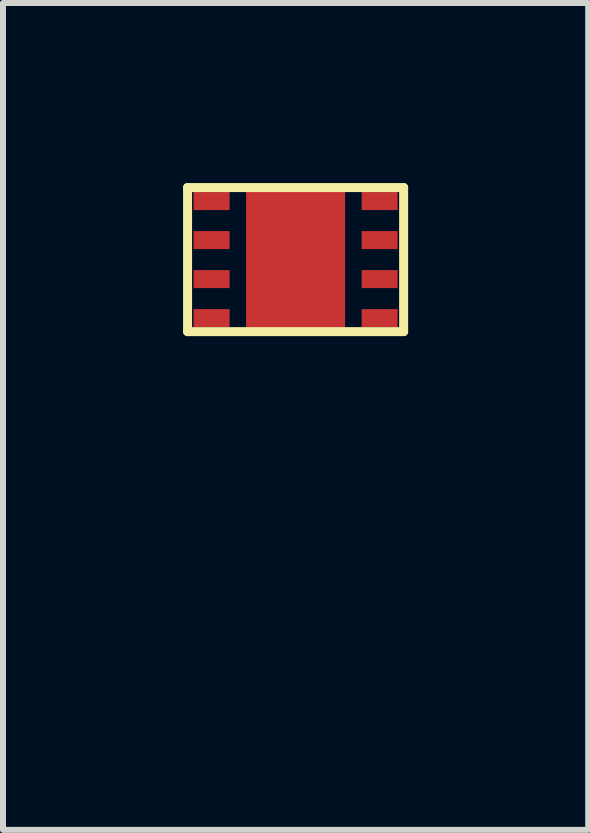
<source format=kicad_pcb>
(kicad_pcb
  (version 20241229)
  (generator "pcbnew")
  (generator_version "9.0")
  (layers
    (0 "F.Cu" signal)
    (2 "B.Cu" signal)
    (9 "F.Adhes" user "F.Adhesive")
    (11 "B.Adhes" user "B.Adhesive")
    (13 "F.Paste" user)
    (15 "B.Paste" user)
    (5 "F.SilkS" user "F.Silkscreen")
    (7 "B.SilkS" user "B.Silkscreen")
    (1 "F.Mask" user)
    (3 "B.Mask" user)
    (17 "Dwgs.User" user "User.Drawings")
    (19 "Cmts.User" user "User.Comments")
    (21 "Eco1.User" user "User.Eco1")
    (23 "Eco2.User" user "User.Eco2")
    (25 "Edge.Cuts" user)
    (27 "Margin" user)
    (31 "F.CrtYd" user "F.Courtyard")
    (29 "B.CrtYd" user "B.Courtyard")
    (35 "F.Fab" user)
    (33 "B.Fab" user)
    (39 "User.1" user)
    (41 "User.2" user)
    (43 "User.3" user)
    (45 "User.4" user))
  (footprint "BQ29200"
    (layer "F.Cu")
    (at 1.875 1.275)
    (property "Reference" "BQ29200" (at 0 6.5 0) (layer "F.SilkS") (effects (font (size 0.001 0.001) (thickness 0.15))))
    (attr through_hole)
    (fp_line (start -1.8 -1.2) (end 1.8 -1.2) (stroke (width 0.15) (type solid)) (layer "F.SilkS"))
    (fp_line (start -1.8 1.2) (end -1.8 -1.2) (stroke (width 0.15) (type solid)) (layer "F.SilkS"))
    (fp_line (start 1.8 -1.2) (end 1.8 1.2) (stroke (width 0.15) (type solid)) (layer "F.SilkS"))
    (fp_line (start 1.8 1.2) (end -1.8 1.2) (stroke (width 0.15) (type solid)) (layer "F.SilkS"))
    (pad "1" smd rect (at -1.4 -0.975) (size 0.6 0.3) (layers "F.Cu" "F.Mask" "F.Paste"))
    (pad "2" smd rect (at -1.4 -0.325) (size 0.6 0.3) (layers "F.Cu" "F.Mask" "F.Paste"))
    (pad "3" smd rect (at -1.4 0.325) (size 0.6 0.3) (layers "F.Cu" "F.Mask" "F.Paste"))
    (pad "4" smd rect (at -1.4 0.975) (size 0.6 0.3) (layers "F.Cu" "F.Mask" "F.Paste"))
    (pad "5" smd rect (at 1.4 -0.975) (size 0.6 0.3) (layers "F.Cu" "F.Mask" "F.Paste"))
    (pad "6" smd rect (at 1.4 -0.325) (size 0.6 0.3) (layers "F.Cu" "F.Mask" "F.Paste"))
    (pad "7" smd rect (at 1.4 0.325) (size 0.6 0.3) (layers "F.Cu" "F.Mask" "F.Paste"))
    (pad "8" smd rect (at 1.4 0.975) (size 0.6 0.3) (layers "F.Cu" "F.Mask" "F.Paste"))
    (pad "9" smd rect (at 0 0) (size 1.65 2.4) (layers "F.Cu" "F.Mask" "F.Paste")))
  (gr_rect
    (start -3 -3)
    (end 6.75 10.776)
    (stroke (width 0.1) (type default))
    (fill no)
    (layer "Edge.Cuts")))
</source>
